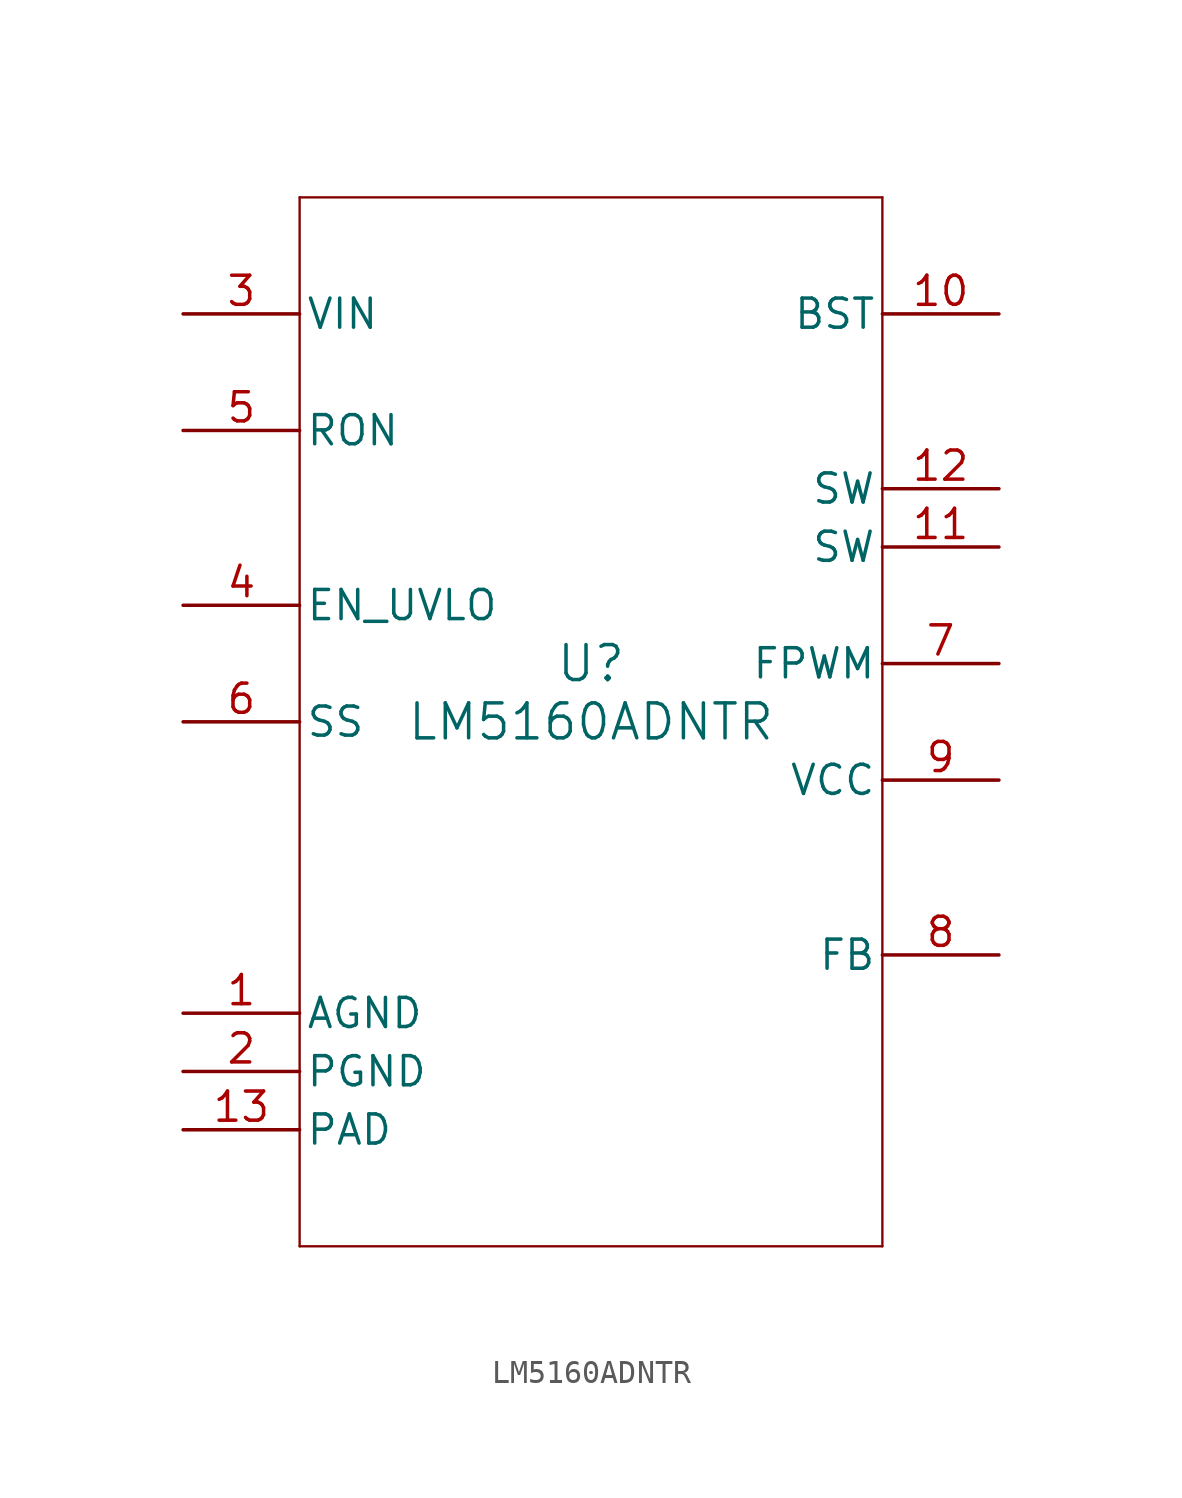
<source format=kicad_sym>
(kicad_symbol_lib
  (version 20211014)
  (generator kicad_symbol_editor)
  (symbol "LM5160ADNTR"
    (pin_names
      (offset 0.254))
    (property "Reference" "U"
      (at 0 2.54 0)
      (effects (font (size 1.524 1.524))))
    (property "Value" "LM5160ADNTR"
      (at 0 0 0)
      (effects (font (size 1.524 1.524))))
    (symbol "LM5160ADNTR_0_1"
      (polyline (pts (xy -12.7 -22.86) (xy 12.7 -22.86)) (stroke (width 0.102) (type default) (color 0 0 0 0)) (fill (type none)))
      (polyline (pts (xy 12.7 -22.86) (xy 12.7 22.86)) (stroke (width 0.102) (type default) (color 0 0 0 0)) (fill (type none)))
      (polyline (pts (xy 12.7 22.86) (xy -12.7 22.86)) (stroke (width 0.102) (type default) (color 0 0 0 0)) (fill (type none)))
      (polyline (pts (xy -12.7 22.86) (xy -12.7 -22.86)) (stroke (width 0.102) (type default) (color 0 0 0 0)) (fill (type none)))
      (pin power_in line (at -17.78 -12.7 0) (length 5.08) (name "AGND" (effects (font (size 1.27 1.27)))) (number "1" (effects (font (size 1.27 1.27)))))
      (pin power_in line (at -17.78 -15.24 0) (length 5.08) (name "PGND" (effects (font (size 1.27 1.27)))) (number "2" (effects (font (size 1.27 1.27)))))
      (pin power_in line (at -17.78 17.78 0) (length 5.08) (name "VIN" (effects (font (size 1.27 1.27)))) (number "3" (effects (font (size 1.27 1.27)))))
      (pin input line (at -17.78 5.08 0) (length 5.08) (name "EN_UVLO" (effects (font (size 1.27 1.27)))) (number "4" (effects (font (size 1.27 1.27)))))
      (pin input line (at -17.78 12.7 0) (length 5.08) (name "RON" (effects (font (size 1.27 1.27)))) (number "5" (effects (font (size 1.27 1.27)))))
      (pin input line (at -17.78 0 0) (length 5.08) (name "SS" (effects (font (size 1.27 1.27)))) (number "6" (effects (font (size 1.27 1.27)))))
      (pin input line (at 17.78 2.54 180) (length 5.08) (name "FPWM" (effects (font (size 1.27 1.27)))) (number "7" (effects (font (size 1.27 1.27)))))
      (pin input line (at 17.78 -10.16 180) (length 5.08) (name "FB" (effects (font (size 1.27 1.27)))) (number "8" (effects (font (size 1.27 1.27)))))
      (pin power_in line (at 17.78 -2.54 180) (length 5.08) (name "VCC" (effects (font (size 1.27 1.27)))) (number "9" (effects (font (size 1.27 1.27)))))
      (pin power_in line (at 17.78 17.78 180) (length 5.08) (name "BST" (effects (font (size 1.27 1.27)))) (number "10" (effects (font (size 1.27 1.27)))))
      (pin power_in line (at 17.78 7.62 180) (length 5.08) (name "SW" (effects (font (size 1.27 1.27)))) (number "11" (effects (font (size 1.27 1.27)))))
      (pin power_in line (at 17.78 10.16 180) (length 5.08) (name "SW" (effects (font (size 1.27 1.27)))) (number "12" (effects (font (size 1.27 1.27)))))
      (pin power_in line (at -17.78 -17.78 0) (length 5.08) (name "PAD" (effects (font (size 1.27 1.27)))) (number "13" (effects (font (size 1.27 1.27))))))))
</source>
